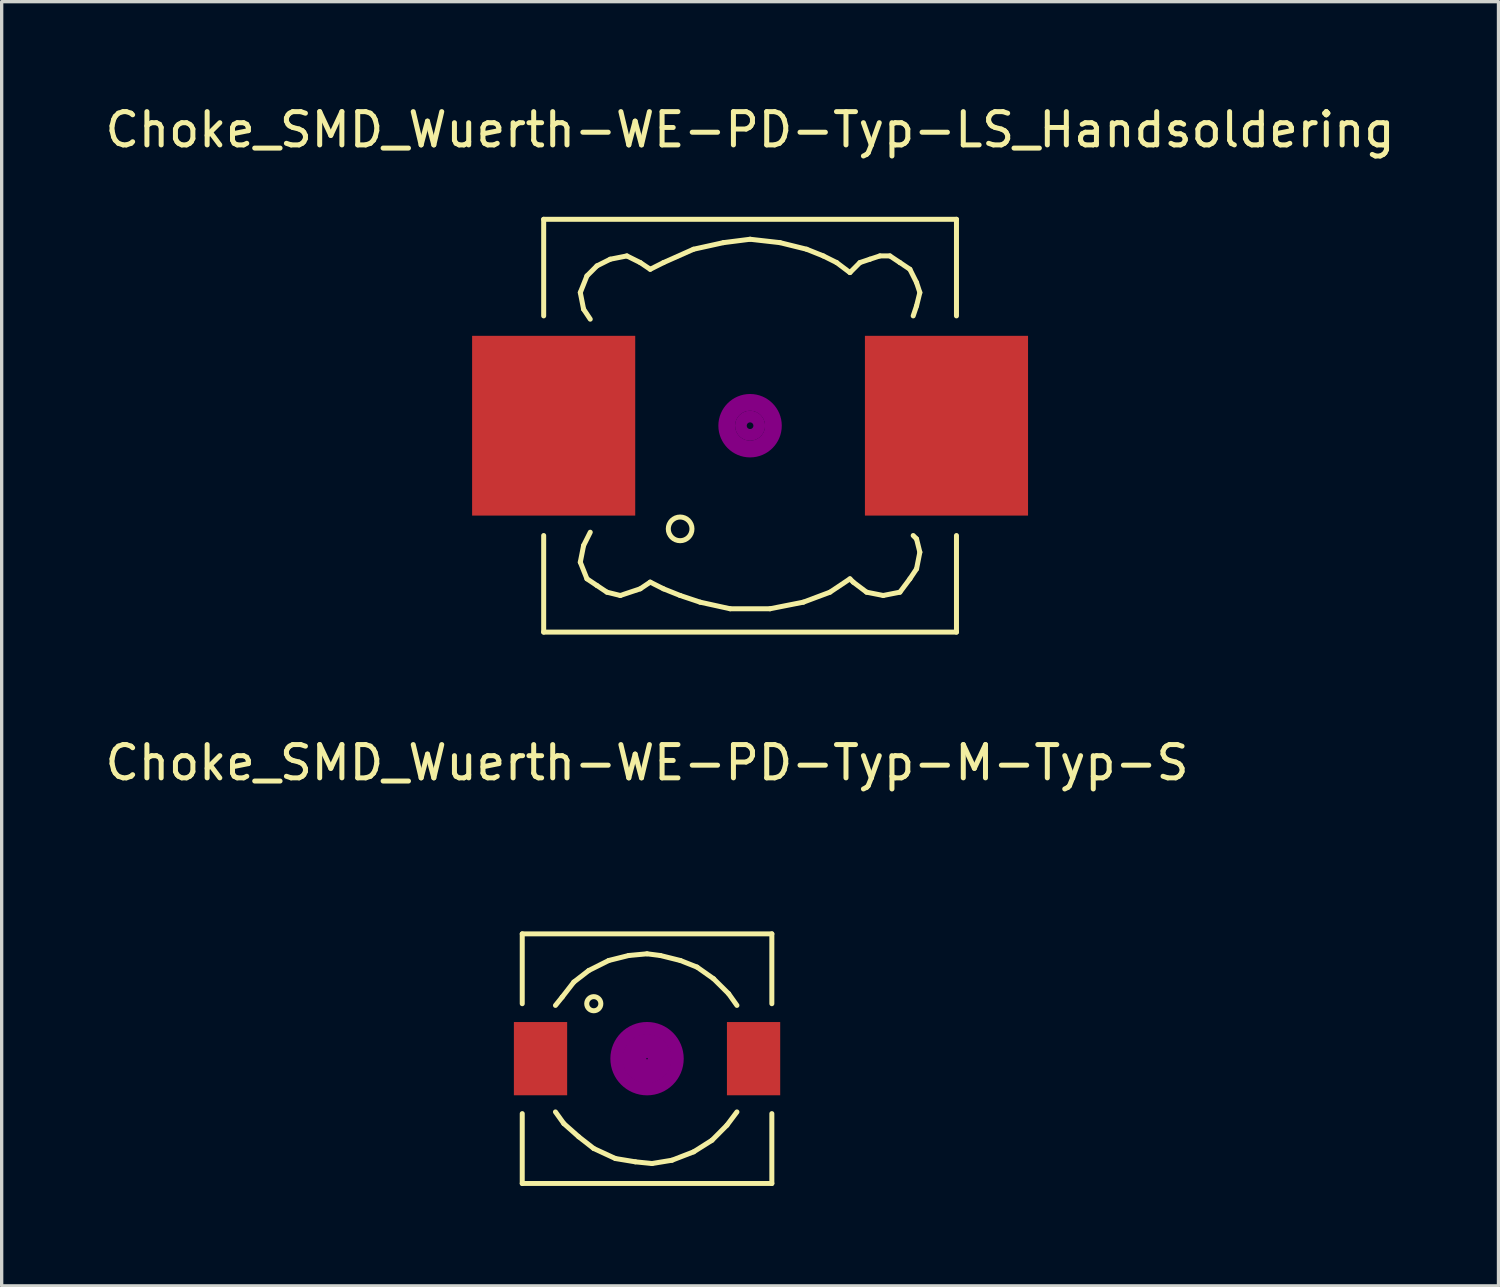
<source format=kicad_pcb>
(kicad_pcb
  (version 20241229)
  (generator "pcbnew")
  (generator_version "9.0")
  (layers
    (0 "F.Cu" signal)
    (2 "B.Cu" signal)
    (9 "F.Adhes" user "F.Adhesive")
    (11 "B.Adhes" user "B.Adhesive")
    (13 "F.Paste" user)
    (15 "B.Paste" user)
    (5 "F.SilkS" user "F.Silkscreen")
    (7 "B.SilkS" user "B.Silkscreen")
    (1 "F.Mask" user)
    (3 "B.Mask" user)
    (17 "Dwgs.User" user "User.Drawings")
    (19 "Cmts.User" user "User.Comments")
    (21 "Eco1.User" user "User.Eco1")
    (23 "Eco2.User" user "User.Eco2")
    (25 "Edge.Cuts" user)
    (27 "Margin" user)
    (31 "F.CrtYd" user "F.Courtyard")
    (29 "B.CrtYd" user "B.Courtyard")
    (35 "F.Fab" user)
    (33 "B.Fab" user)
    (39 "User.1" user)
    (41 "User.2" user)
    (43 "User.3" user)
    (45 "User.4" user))
  (footprint "Choke_SMD_Wuerth-WE-PD-Typ-LS_Handsoldering"
    (layer "F.Cu")
    (at 19.482 9.738)
    (property "Reference" "Choke_SMD_Wuerth-WE-PD-Typ-LS_Handsoldering" (at 0 -8.89 0) (layer "F.SilkS") (effects (font (size 1 1) (thickness 0.15))))
    (attr smd)
    (fp_line (start -6.2 -6.2) (end -6.2 -3.299) (stroke (width 0.15) (type solid)) (layer "F.SilkS"))
    (fp_line (start -6.2 3.299) (end -6.2 6.2) (stroke (width 0.15) (type solid)) (layer "F.SilkS"))
    (fp_line (start -6.2 6.2) (end 6.2 6.2) (stroke (width 0.15) (type solid)) (layer "F.SilkS"))
    (fp_line (start -5.1 -4) (end -5.001 -3.5) (stroke (width 0.15) (type solid)) (layer "F.SilkS"))
    (fp_line (start -5.1 4.1) (end -5.001 3.599) (stroke (width 0.15) (type solid)) (layer "F.SilkS"))
    (fp_line (start -5.001 -3.5) (end -4.801 -3.2) (stroke (width 0.15) (type solid)) (layer "F.SilkS"))
    (fp_line (start -5.001 3.599) (end -4.801 3.2) (stroke (width 0.15) (type solid)) (layer "F.SilkS"))
    (fp_line (start -4.9 -4.501) (end -5.1 -4) (stroke (width 0.15) (type solid)) (layer "F.SilkS"))
    (fp_line (start -4.9 4.6) (end -5.1 4.1) (stroke (width 0.15) (type solid)) (layer "F.SilkS"))
    (fp_line (start -4.6 -4.801) (end -4.9 -4.501) (stroke (width 0.15) (type solid)) (layer "F.SilkS"))
    (fp_line (start -4.6 4.801) (end -4.9 4.6) (stroke (width 0.15) (type solid)) (layer "F.SilkS"))
    (fp_line (start -4.3 5.001) (end -4.6 4.801) (stroke (width 0.15) (type solid)) (layer "F.SilkS"))
    (fp_line (start -4.201 -5.001) (end -4.6 -4.801) (stroke (width 0.15) (type solid)) (layer "F.SilkS"))
    (fp_line (start -3.899 5.1) (end -4.3 5.001) (stroke (width 0.15) (type solid)) (layer "F.SilkS"))
    (fp_line (start -3.701 -5.1) (end -4.201 -5.001) (stroke (width 0.15) (type solid)) (layer "F.SilkS"))
    (fp_line (start -3.299 -4.9) (end -3.701 -5.1) (stroke (width 0.15) (type solid)) (layer "F.SilkS"))
    (fp_line (start -3.299 4.9) (end -3.899 5.1) (stroke (width 0.15) (type solid)) (layer "F.SilkS"))
    (fp_line (start -3 -4.699) (end -3.299 -4.9) (stroke (width 0.15) (type solid)) (layer "F.SilkS"))
    (fp_line (start -3 4.699) (end -3.299 4.9) (stroke (width 0.15) (type solid)) (layer "F.SilkS"))
    (fp_line (start -2.601 -4.9) (end -3 -4.699) (stroke (width 0.15) (type solid)) (layer "F.SilkS"))
    (fp_line (start -2.601 4.9) (end -3 4.699) (stroke (width 0.15) (type solid)) (layer "F.SilkS"))
    (fp_line (start -2.101 5.1) (end -2.601 4.9) (stroke (width 0.15) (type solid)) (layer "F.SilkS"))
    (fp_line (start -1.699 -5.301) (end -2.601 -4.9) (stroke (width 0.15) (type solid)) (layer "F.SilkS"))
    (fp_line (start -1.501 5.301) (end -2.101 5.1) (stroke (width 0.15) (type solid)) (layer "F.SilkS"))
    (fp_line (start -0.8 -5.499) (end -1.699 -5.301) (stroke (width 0.15) (type solid)) (layer "F.SilkS"))
    (fp_line (start -0.599 5.499) (end -1.501 5.301) (stroke (width 0.15) (type solid)) (layer "F.SilkS"))
    (fp_line (start 0 -5.601) (end -0.8 -5.499) (stroke (width 0.15) (type solid)) (layer "F.SilkS"))
    (fp_line (start 0.599 5.499) (end -0.599 5.499) (stroke (width 0.15) (type solid)) (layer "F.SilkS"))
    (fp_line (start 0.899 -5.499) (end 0 -5.601) (stroke (width 0.15) (type solid)) (layer "F.SilkS"))
    (fp_line (start 1.6 5.301) (end 0.599 5.499) (stroke (width 0.15) (type solid)) (layer "F.SilkS"))
    (fp_line (start 1.699 -5.301) (end 0.899 -5.499) (stroke (width 0.15) (type solid)) (layer "F.SilkS"))
    (fp_line (start 2.2 -5.1) (end 1.699 -5.301) (stroke (width 0.15) (type solid)) (layer "F.SilkS"))
    (fp_line (start 2.4 5.001) (end 1.6 5.301) (stroke (width 0.15) (type solid)) (layer "F.SilkS"))
    (fp_line (start 2.601 -4.9) (end 2.2 -5.1) (stroke (width 0.15) (type solid)) (layer "F.SilkS"))
    (fp_line (start 3 -4.6) (end 2.601 -4.9) (stroke (width 0.15) (type solid)) (layer "F.SilkS"))
    (fp_line (start 3 4.6) (end 2.4 5.001) (stroke (width 0.15) (type solid)) (layer "F.SilkS"))
    (fp_line (start 3.099 4.699) (end 3 4.6) (stroke (width 0.15) (type solid)) (layer "F.SilkS"))
    (fp_line (start 3.299 -4.9) (end 3 -4.6) (stroke (width 0.15) (type solid)) (layer "F.SilkS"))
    (fp_line (start 3.5 5.001) (end 3.099 4.699) (stroke (width 0.15) (type solid)) (layer "F.SilkS"))
    (fp_line (start 3.599 -5.001) (end 3.299 -4.9) (stroke (width 0.15) (type solid)) (layer "F.SilkS"))
    (fp_line (start 3.899 -5.1) (end 3.599 -5.001) (stroke (width 0.15) (type solid)) (layer "F.SilkS"))
    (fp_line (start 4 5.1) (end 3.5 5.001) (stroke (width 0.15) (type solid)) (layer "F.SilkS"))
    (fp_line (start 4.201 -5.1) (end 3.899 -5.1) (stroke (width 0.15) (type solid)) (layer "F.SilkS"))
    (fp_line (start 4.501 -4.9) (end 4.201 -5.1) (stroke (width 0.15) (type solid)) (layer "F.SilkS"))
    (fp_line (start 4.501 5.001) (end 4 5.1) (stroke (width 0.15) (type solid)) (layer "F.SilkS"))
    (fp_line (start 4.801 -4.699) (end 4.501 -4.9) (stroke (width 0.15) (type solid)) (layer "F.SilkS"))
    (fp_line (start 4.801 4.6) (end 4.501 5.001) (stroke (width 0.15) (type solid)) (layer "F.SilkS"))
    (fp_line (start 4.9 -3.299) (end 5.001 -3.599) (stroke (width 0.15) (type solid)) (layer "F.SilkS"))
    (fp_line (start 4.9 3.299) (end 5.001 3.401) (stroke (width 0.15) (type solid)) (layer "F.SilkS"))
    (fp_line (start 5.001 -4.3) (end 4.801 -4.699) (stroke (width 0.15) (type solid)) (layer "F.SilkS"))
    (fp_line (start 5.001 -3.599) (end 5.1 -4) (stroke (width 0.15) (type solid)) (layer "F.SilkS"))
    (fp_line (start 5.001 3.401) (end 5.1 3.8) (stroke (width 0.15) (type solid)) (layer "F.SilkS"))
    (fp_line (start 5.001 4.3) (end 4.801 4.6) (stroke (width 0.15) (type solid)) (layer "F.SilkS"))
    (fp_line (start 5.1 -4) (end 5.001 -4.3) (stroke (width 0.15) (type solid)) (layer "F.SilkS"))
    (fp_line (start 5.1 3.8) (end 5.001 4.3) (stroke (width 0.15) (type solid)) (layer "F.SilkS"))
    (fp_line (start 6.2 -6.2) (end -6.2 -6.2) (stroke (width 0.15) (type solid)) (layer "F.SilkS"))
    (fp_line (start 6.2 -6.2) (end 6.2 -3.299) (stroke (width 0.15) (type solid)) (layer "F.SilkS"))
    (fp_line (start 6.2 6.2) (end 6.2 3.299) (stroke (width 0.15) (type solid)) (layer "F.SilkS"))
    (fp_circle (center -2.101 3.099) (end -1.849 3.35) (stroke (width 0.15) (type solid)) (fill no) (layer "F.SilkS"))
    (fp_circle (center 0 0) (end 0.1 0) (stroke (width 0.305) (type solid)) (fill no) (layer "F.Adhes"))
    (fp_circle (center 0 0) (end 0.3 0) (stroke (width 0.305) (type solid)) (fill no) (layer "F.Adhes"))
    (fp_circle (center 0 0) (end 0.6 0) (stroke (width 0.305) (type solid)) (fill no) (layer "F.Adhes"))
    (fp_circle (center 0 0) (end 0.8 0) (stroke (width 0.305) (type solid)) (fill no) (layer "F.Adhes"))
    (pad "1" smd rect (at -5.9 0) (size 4.9 5.4) (layers "F.Cu" "F.Mask" "F.Paste"))
    (pad "2" smd rect (at 5.9 0) (size 4.9 5.4) (layers "F.Cu" "F.Mask" "F.Paste")))
  (footprint "Choke_SMD_Wuerth-WE-PD-Typ-M-Typ-S"
    (layer "F.Cu")
    (at 16.387 28.752)
    (property "Reference" "Choke_SMD_Wuerth-WE-PD-Typ-M-Typ-S" (at 0 -8.89 0) (layer "F.SilkS") (effects (font (size 1 1) (thickness 0.15))))
    (attr smd)
    (fp_line (start -3.749 -3.749) (end -3.749 -1.651) (stroke (width 0.15) (type solid)) (layer "F.SilkS"))
    (fp_line (start -3.749 1.651) (end -3.749 3.749) (stroke (width 0.15) (type solid)) (layer "F.SilkS"))
    (fp_line (start -3.749 3.749) (end 3.749 3.749) (stroke (width 0.15) (type solid)) (layer "F.SilkS"))
    (fp_line (start -2.751 1.6) (end -2.499 1.951) (stroke (width 0.15) (type solid)) (layer "F.SilkS"))
    (fp_line (start -2.55 -1.849) (end -2.751 -1.6) (stroke (width 0.15) (type solid)) (layer "F.SilkS"))
    (fp_line (start -2.499 1.951) (end -2.05 2.349) (stroke (width 0.15) (type solid)) (layer "F.SilkS"))
    (fp_line (start -2.2 -2.301) (end -2.55 -1.849) (stroke (width 0.15) (type solid)) (layer "F.SilkS"))
    (fp_line (start -2.05 2.349) (end -1.6 2.7) (stroke (width 0.15) (type solid)) (layer "F.SilkS"))
    (fp_line (start -1.75 -2.649) (end -2.2 -2.301) (stroke (width 0.15) (type solid)) (layer "F.SilkS"))
    (fp_line (start -1.6 2.7) (end -0.95 3) (stroke (width 0.15) (type solid)) (layer "F.SilkS"))
    (fp_line (start -1.151 -2.949) (end -1.75 -2.649) (stroke (width 0.15) (type solid)) (layer "F.SilkS"))
    (fp_line (start -0.95 3) (end -0.351 3.099) (stroke (width 0.15) (type solid)) (layer "F.SilkS"))
    (fp_line (start -0.551 -3.099) (end -1.151 -2.949) (stroke (width 0.15) (type solid)) (layer "F.SilkS"))
    (fp_line (start -0.351 3.099) (end 0.15 3.15) (stroke (width 0.15) (type solid)) (layer "F.SilkS"))
    (fp_line (start 0 -3.15) (end -0.551 -3.099) (stroke (width 0.15) (type solid)) (layer "F.SilkS"))
    (fp_line (start 0.15 3.15) (end 0.749 3.051) (stroke (width 0.15) (type solid)) (layer "F.SilkS"))
    (fp_line (start 0.399 -3.099) (end 0 -3.15) (stroke (width 0.15) (type solid)) (layer "F.SilkS"))
    (fp_line (start 0.749 3.051) (end 1.4 2.799) (stroke (width 0.15) (type solid)) (layer "F.SilkS"))
    (fp_line (start 1.001 -2.949) (end 0.399 -3.099) (stroke (width 0.15) (type solid)) (layer "F.SilkS"))
    (fp_line (start 1.4 2.799) (end 1.951 2.451) (stroke (width 0.15) (type solid)) (layer "F.SilkS"))
    (fp_line (start 1.501 -2.751) (end 1.001 -2.949) (stroke (width 0.15) (type solid)) (layer "F.SilkS"))
    (fp_line (start 1.951 2.451) (end 2.4 1.999) (stroke (width 0.15) (type solid)) (layer "F.SilkS"))
    (fp_line (start 1.999 -2.4) (end 1.501 -2.751) (stroke (width 0.15) (type solid)) (layer "F.SilkS"))
    (fp_line (start 2.4 1.999) (end 2.7 1.6) (stroke (width 0.15) (type solid)) (layer "F.SilkS"))
    (fp_line (start 2.451 -1.951) (end 1.999 -2.4) (stroke (width 0.15) (type solid)) (layer "F.SilkS"))
    (fp_line (start 2.7 -1.6) (end 2.451 -1.951) (stroke (width 0.15) (type solid)) (layer "F.SilkS"))
    (fp_line (start 3.749 -3.749) (end -3.749 -3.749) (stroke (width 0.15) (type solid)) (layer "F.SilkS"))
    (fp_line (start 3.749 -3.749) (end 3.749 -1.651) (stroke (width 0.15) (type solid)) (layer "F.SilkS"))
    (fp_line (start 3.749 3.749) (end 3.749 1.651) (stroke (width 0.15) (type solid)) (layer "F.SilkS"))
    (fp_circle (center -1.6 -1.651) (end -1.45 -1.501) (stroke (width 0.15) (type solid)) (fill no) (layer "F.SilkS"))
    (fp_circle (center 0 0) (end 0.15 0.15) (stroke (width 0.381) (type solid)) (fill no) (layer "F.Adhes"))
    (fp_circle (center 0 0) (end 0.551 0.051) (stroke (width 0.381) (type solid)) (fill no) (layer "F.Adhes"))
    (fp_circle (center 0 0) (end 0.899 0.15) (stroke (width 0.381) (type solid)) (fill no) (layer "F.Adhes"))
    (pad "1" smd rect (at -3.2 0) (size 1.6 2.2) (layers "F.Cu" "F.Mask" "F.Paste"))
    (pad "2" smd rect (at 3.2 0) (size 1.6 2.2) (layers "F.Cu" "F.Mask" "F.Paste")))
  (gr_rect
    (start -3 -3)
    (end 41.964 35.576)
    (stroke (width 0.1) (type default))
    (fill no)
    (layer "Edge.Cuts")))
</source>
